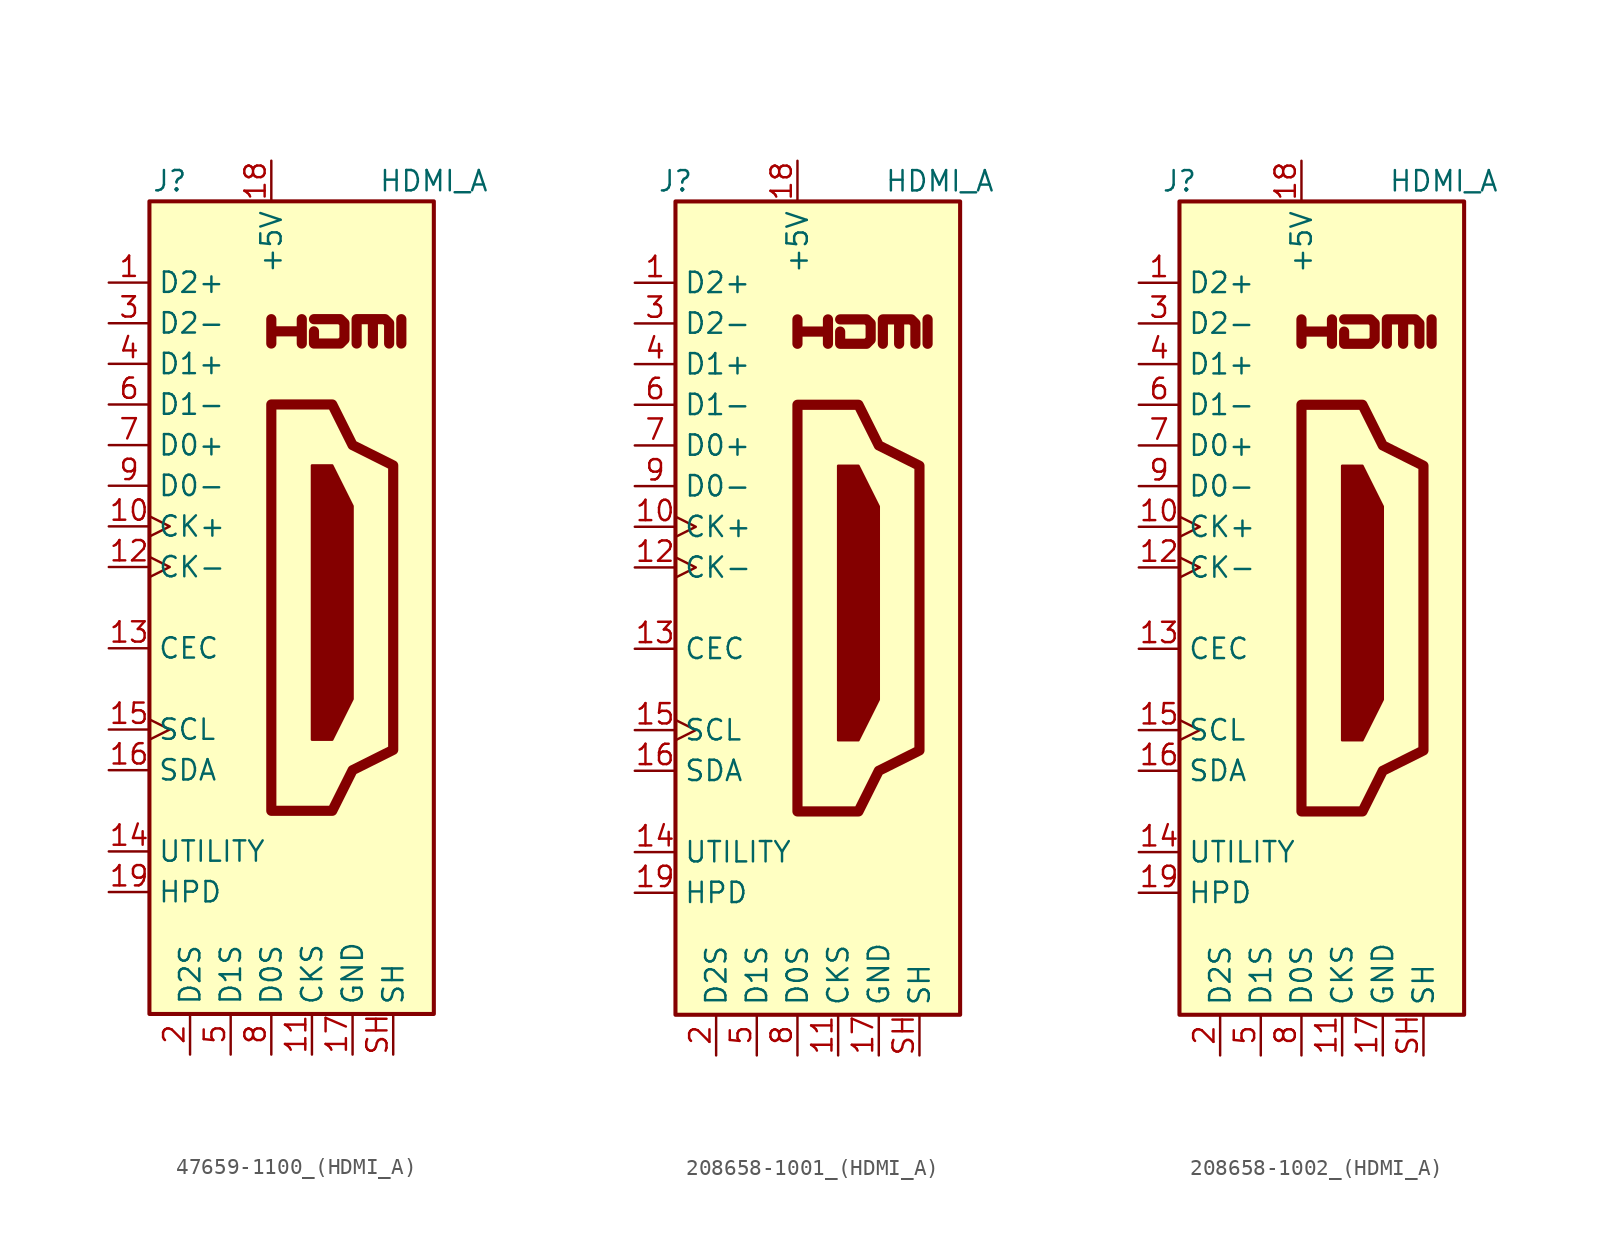
<source format=kicad_sym>
(kicad_symbol_lib
  (version 20241209)
  (generator "kicad_symbol_editor")
  (generator_version "9.0")
  (symbol "47659-1100_(HDMI_A)"
    (property "Reference" "J"
      (at -6.35 26.67 0)
      (effects (font (size 1.27 1.27))))
    (property "Value" "HDMI_A"
      (at 10.16 26.67 0)
      (effects (font (size 1.27 1.27))))
    (symbol "47659-1100_(HDMI_A)_0_0"
      (polyline (pts (xy 0 16.51) (xy 0 18.034) (xy 0 17.272) (xy 1.905 17.272) (xy 1.905 18.034) (xy 1.905 16.51)) (stroke (width 0.635) (type default)) (fill (type none)))
      (polyline (pts (xy 2.667 18.034) (xy 4.318 18.034) (xy 4.572 17.78) (xy 4.572 16.764) (xy 4.318 16.51) (xy 2.667 16.51) (xy 2.667 17.272)) (stroke (width 0.635) (type default)) (fill (type none)))
      (polyline (pts (xy 8.128 16.51) (xy 8.128 18.034)) (stroke (width 0.635) (type default)) (fill (type none))))
    (symbol "47659-1100_(HDMI_A)_0_1"
      (rectangle (start -7.62 25.4) (end 10.16 -25.4) (stroke (width 0.254) (type default)) (fill (type background)))
      (polyline (pts (xy 0 12.7) (xy 0 -12.7) (xy 3.81 -12.7) (xy 5.08 -10.16) (xy 7.62 -8.89) (xy 7.62 8.89) (xy 5.08 10.16) (xy 3.81 12.7) (xy 0 12.7)) (stroke (width 0.635) (type default)) (fill (type none)))
      (polyline (pts (xy 2.54 8.89) (xy 3.81 8.89) (xy 5.08 6.35) (xy 5.08 -5.715) (xy 3.81 -8.255) (xy 2.54 -8.255) (xy 2.54 8.89)) (stroke (width 0) (type default)) (fill (type outline)))
      (polyline (pts (xy 5.334 16.51) (xy 5.334 18.034) (xy 6.35 18.034) (xy 6.35 16.51) (xy 6.35 18.034) (xy 7.112 18.034) (xy 7.366 17.78) (xy 7.366 16.51)) (stroke (width 0.635) (type default)) (fill (type none))))
    (symbol "47659-1100_(HDMI_A)_1_1"
      (pin output line (at -10.16 20.32 0) (length 2.54) (name "D2+" (effects (font (size 1.27 1.27)))) (number "1" (effects (font (size 1.27 1.27)))))
      (pin output line (at -10.16 17.78 0) (length 2.54) (name "D2-" (effects (font (size 1.27 1.27)))) (number "3" (effects (font (size 1.27 1.27)))))
      (pin output line (at -10.16 15.24 0) (length 2.54) (name "D1+" (effects (font (size 1.27 1.27)))) (number "4" (effects (font (size 1.27 1.27)))))
      (pin output line (at -10.16 12.7 0) (length 2.54) (name "D1-" (effects (font (size 1.27 1.27)))) (number "6" (effects (font (size 1.27 1.27)))))
      (pin output line (at -10.16 10.16 0) (length 2.54) (name "D0+" (effects (font (size 1.27 1.27)))) (number "7" (effects (font (size 1.27 1.27)))))
      (pin output line (at -10.16 7.62 0) (length 2.54) (name "D0-" (effects (font (size 1.27 1.27)))) (number "9" (effects (font (size 1.27 1.27)))))
      (pin output clock (at -10.16 5.08 0) (length 2.54) (name "CK+" (effects (font (size 1.27 1.27)))) (number "10" (effects (font (size 1.27 1.27)))))
      (pin output clock (at -10.16 2.54 0) (length 2.54) (name "CK-" (effects (font (size 1.27 1.27)))) (number "12" (effects (font (size 1.27 1.27)))))
      (pin bidirectional line (at -10.16 -2.54 0) (length 2.54) (name "CEC" (effects (font (size 1.27 1.27)))) (number "13" (effects (font (size 1.27 1.27)))))
      (pin output clock (at -10.16 -7.62 0) (length 2.54) (name "SCL" (effects (font (size 1.27 1.27)))) (number "15" (effects (font (size 1.27 1.27)))))
      (pin bidirectional line (at -10.16 -10.16 0) (length 2.54) (name "SDA" (effects (font (size 1.27 1.27)))) (number "16" (effects (font (size 1.27 1.27)))))
      (pin bidirectional line (at -10.16 -15.24 0) (length 2.54) (name "UTILITY" (effects (font (size 1.27 1.27)))) (number "14" (effects (font (size 1.27 1.27)))))
      (pin input line (at -10.16 -17.78 0) (length 2.54) (name "HPD" (effects (font (size 1.27 1.27)))) (number "19" (effects (font (size 1.27 1.27)))))
      (pin power_in line (at -5.08 -27.94 90) (length 2.54) (name "D2S" (effects (font (size 1.27 1.27)))) (number "2" (effects (font (size 1.27 1.27)))))
      (pin power_in line (at -2.54 -27.94 90) (length 2.54) (name "D1S" (effects (font (size 1.27 1.27)))) (number "5" (effects (font (size 1.27 1.27)))))
      (pin power_out line (at 0 27.94 270) (length 2.54) (name "+5V" (effects (font (size 1.27 1.27)))) (number "18" (effects (font (size 1.27 1.27)))))
      (pin power_in line (at 0 -27.94 90) (length 2.54) (name "D0S" (effects (font (size 1.27 1.27)))) (number "8" (effects (font (size 1.27 1.27)))))
      (pin power_in line (at 2.54 -27.94 90) (length 2.54) (name "CKS" (effects (font (size 1.27 1.27)))) (number "11" (effects (font (size 1.27 1.27)))))
      (pin power_in line (at 5.08 -27.94 90) (length 2.54) (name "GND" (effects (font (size 1.27 1.27)))) (number "17" (effects (font (size 1.27 1.27)))))
      (pin passive line (at 7.62 -27.94 90) (length 2.54) (name "SH" (effects (font (size 1.27 1.27)))) (number "SH" (effects (font (size 1.27 1.27)))))))
  (symbol "208658-1001_(HDMI_A)"
    (property "Reference" "J"
      (at -6.35 26.67 0)
      (effects (font (size 1.27 1.27))))
    (property "Value" "HDMI_A"
      (at 10.16 26.67 0)
      (effects (font (size 1.27 1.27))))
    (symbol "208658-1001_(HDMI_A)_0_0"
      (polyline (pts (xy 1.27 16.51) (xy 1.27 18.034) (xy 1.27 17.272) (xy 3.175 17.272) (xy 3.175 18.034) (xy 3.175 16.51)) (stroke (width 0.635) (type default)) (fill (type none)))
      (polyline (pts (xy 3.937 18.034) (xy 5.588 18.034) (xy 5.842 17.78) (xy 5.842 16.764) (xy 5.588 16.51) (xy 3.937 16.51) (xy 3.937 17.272)) (stroke (width 0.635) (type default)) (fill (type none)))
      (polyline (pts (xy 9.398 16.51) (xy 9.398 18.034)) (stroke (width 0.635) (type default)) (fill (type none))))
    (symbol "208658-1001_(HDMI_A)_0_1"
      (rectangle (start -6.35 25.4) (end 11.43 -25.4) (stroke (width 0.254) (type default)) (fill (type background)))
      (polyline (pts (xy 1.27 12.7) (xy 1.27 -12.7) (xy 5.08 -12.7) (xy 6.35 -10.16) (xy 8.89 -8.89) (xy 8.89 8.89) (xy 6.35 10.16) (xy 5.08 12.7) (xy 1.27 12.7)) (stroke (width 0.635) (type default)) (fill (type none)))
      (polyline (pts (xy 3.81 8.89) (xy 5.08 8.89) (xy 6.35 6.35) (xy 6.35 -5.715) (xy 5.08 -8.255) (xy 3.81 -8.255) (xy 3.81 8.89)) (stroke (width 0) (type default)) (fill (type outline)))
      (polyline (pts (xy 6.604 16.51) (xy 6.604 18.034) (xy 7.62 18.034) (xy 7.62 16.51) (xy 7.62 18.034) (xy 8.382 18.034) (xy 8.636 17.78) (xy 8.636 16.51)) (stroke (width 0.635) (type default)) (fill (type none))))
    (symbol "208658-1001_(HDMI_A)_1_1"
      (pin output line (at -8.89 20.32 0) (length 2.54) (name "D2+" (effects (font (size 1.27 1.27)))) (number "1" (effects (font (size 1.27 1.27)))))
      (pin output line (at -8.89 17.78 0) (length 2.54) (name "D2-" (effects (font (size 1.27 1.27)))) (number "3" (effects (font (size 1.27 1.27)))))
      (pin output line (at -8.89 15.24 0) (length 2.54) (name "D1+" (effects (font (size 1.27 1.27)))) (number "4" (effects (font (size 1.27 1.27)))))
      (pin output line (at -8.89 12.7 0) (length 2.54) (name "D1-" (effects (font (size 1.27 1.27)))) (number "6" (effects (font (size 1.27 1.27)))))
      (pin output line (at -8.89 10.16 0) (length 2.54) (name "D0+" (effects (font (size 1.27 1.27)))) (number "7" (effects (font (size 1.27 1.27)))))
      (pin output line (at -8.89 7.62 0) (length 2.54) (name "D0-" (effects (font (size 1.27 1.27)))) (number "9" (effects (font (size 1.27 1.27)))))
      (pin output clock (at -8.89 5.08 0) (length 2.54) (name "CK+" (effects (font (size 1.27 1.27)))) (number "10" (effects (font (size 1.27 1.27)))))
      (pin output clock (at -8.89 2.54 0) (length 2.54) (name "CK-" (effects (font (size 1.27 1.27)))) (number "12" (effects (font (size 1.27 1.27)))))
      (pin bidirectional line (at -8.89 -2.54 0) (length 2.54) (name "CEC" (effects (font (size 1.27 1.27)))) (number "13" (effects (font (size 1.27 1.27)))))
      (pin output clock (at -8.89 -7.62 0) (length 2.54) (name "SCL" (effects (font (size 1.27 1.27)))) (number "15" (effects (font (size 1.27 1.27)))))
      (pin bidirectional line (at -8.89 -10.16 0) (length 2.54) (name "SDA" (effects (font (size 1.27 1.27)))) (number "16" (effects (font (size 1.27 1.27)))))
      (pin bidirectional line (at -8.89 -15.24 0) (length 2.54) (name "UTILITY" (effects (font (size 1.27 1.27)))) (number "14" (effects (font (size 1.27 1.27)))))
      (pin input line (at -8.89 -17.78 0) (length 2.54) (name "HPD" (effects (font (size 1.27 1.27)))) (number "19" (effects (font (size 1.27 1.27)))))
      (pin power_in line (at -3.81 -27.94 90) (length 2.54) (name "D2S" (effects (font (size 1.27 1.27)))) (number "2" (effects (font (size 1.27 1.27)))))
      (pin power_in line (at -1.27 -27.94 90) (length 2.54) (name "D1S" (effects (font (size 1.27 1.27)))) (number "5" (effects (font (size 1.27 1.27)))))
      (pin power_out line (at 1.27 27.94 270) (length 2.54) (name "+5V" (effects (font (size 1.27 1.27)))) (number "18" (effects (font (size 1.27 1.27)))))
      (pin power_in line (at 1.27 -27.94 90) (length 2.54) (name "D0S" (effects (font (size 1.27 1.27)))) (number "8" (effects (font (size 1.27 1.27)))))
      (pin power_in line (at 3.81 -27.94 90) (length 2.54) (name "CKS" (effects (font (size 1.27 1.27)))) (number "11" (effects (font (size 1.27 1.27)))))
      (pin power_in line (at 6.35 -27.94 90) (length 2.54) (name "GND" (effects (font (size 1.27 1.27)))) (number "17" (effects (font (size 1.27 1.27)))))
      (pin passive line (at 8.89 -27.94 90) (length 2.54) (name "SH" (effects (font (size 1.27 1.27)))) (number "SH" (effects (font (size 1.27 1.27)))))))
  (symbol "208658-1002_(HDMI_A)"
    (property "Reference" "J"
      (at -6.35 26.67 0)
      (effects (font (size 1.27 1.27))))
    (property "Value" "HDMI_A"
      (at 10.16 26.67 0)
      (effects (font (size 1.27 1.27))))
    (symbol "208658-1002_(HDMI_A)_0_0"
      (polyline (pts (xy 1.27 16.51) (xy 1.27 18.034) (xy 1.27 17.272) (xy 3.175 17.272) (xy 3.175 18.034) (xy 3.175 16.51)) (stroke (width 0.635) (type default)) (fill (type none)))
      (polyline (pts (xy 3.937 18.034) (xy 5.588 18.034) (xy 5.842 17.78) (xy 5.842 16.764) (xy 5.588 16.51) (xy 3.937 16.51) (xy 3.937 17.272)) (stroke (width 0.635) (type default)) (fill (type none)))
      (polyline (pts (xy 9.398 16.51) (xy 9.398 18.034)) (stroke (width 0.635) (type default)) (fill (type none))))
    (symbol "208658-1002_(HDMI_A)_0_1"
      (rectangle (start -6.35 25.4) (end 11.43 -25.4) (stroke (width 0.254) (type default)) (fill (type background)))
      (polyline (pts (xy 1.27 12.7) (xy 1.27 -12.7) (xy 5.08 -12.7) (xy 6.35 -10.16) (xy 8.89 -8.89) (xy 8.89 8.89) (xy 6.35 10.16) (xy 5.08 12.7) (xy 1.27 12.7)) (stroke (width 0.635) (type default)) (fill (type none)))
      (polyline (pts (xy 3.81 8.89) (xy 5.08 8.89) (xy 6.35 6.35) (xy 6.35 -5.715) (xy 5.08 -8.255) (xy 3.81 -8.255) (xy 3.81 8.89)) (stroke (width 0) (type default)) (fill (type outline)))
      (polyline (pts (xy 6.604 16.51) (xy 6.604 18.034) (xy 7.62 18.034) (xy 7.62 16.51) (xy 7.62 18.034) (xy 8.382 18.034) (xy 8.636 17.78) (xy 8.636 16.51)) (stroke (width 0.635) (type default)) (fill (type none))))
    (symbol "208658-1002_(HDMI_A)_1_1"
      (pin output line (at -8.89 20.32 0) (length 2.54) (name "D2+" (effects (font (size 1.27 1.27)))) (number "1" (effects (font (size 1.27 1.27)))))
      (pin output line (at -8.89 17.78 0) (length 2.54) (name "D2-" (effects (font (size 1.27 1.27)))) (number "3" (effects (font (size 1.27 1.27)))))
      (pin output line (at -8.89 15.24 0) (length 2.54) (name "D1+" (effects (font (size 1.27 1.27)))) (number "4" (effects (font (size 1.27 1.27)))))
      (pin output line (at -8.89 12.7 0) (length 2.54) (name "D1-" (effects (font (size 1.27 1.27)))) (number "6" (effects (font (size 1.27 1.27)))))
      (pin output line (at -8.89 10.16 0) (length 2.54) (name "D0+" (effects (font (size 1.27 1.27)))) (number "7" (effects (font (size 1.27 1.27)))))
      (pin output line (at -8.89 7.62 0) (length 2.54) (name "D0-" (effects (font (size 1.27 1.27)))) (number "9" (effects (font (size 1.27 1.27)))))
      (pin output clock (at -8.89 5.08 0) (length 2.54) (name "CK+" (effects (font (size 1.27 1.27)))) (number "10" (effects (font (size 1.27 1.27)))))
      (pin output clock (at -8.89 2.54 0) (length 2.54) (name "CK-" (effects (font (size 1.27 1.27)))) (number "12" (effects (font (size 1.27 1.27)))))
      (pin bidirectional line (at -8.89 -2.54 0) (length 2.54) (name "CEC" (effects (font (size 1.27 1.27)))) (number "13" (effects (font (size 1.27 1.27)))))
      (pin output clock (at -8.89 -7.62 0) (length 2.54) (name "SCL" (effects (font (size 1.27 1.27)))) (number "15" (effects (font (size 1.27 1.27)))))
      (pin bidirectional line (at -8.89 -10.16 0) (length 2.54) (name "SDA" (effects (font (size 1.27 1.27)))) (number "16" (effects (font (size 1.27 1.27)))))
      (pin bidirectional line (at -8.89 -15.24 0) (length 2.54) (name "UTILITY" (effects (font (size 1.27 1.27)))) (number "14" (effects (font (size 1.27 1.27)))))
      (pin input line (at -8.89 -17.78 0) (length 2.54) (name "HPD" (effects (font (size 1.27 1.27)))) (number "19" (effects (font (size 1.27 1.27)))))
      (pin power_in line (at -3.81 -27.94 90) (length 2.54) (name "D2S" (effects (font (size 1.27 1.27)))) (number "2" (effects (font (size 1.27 1.27)))))
      (pin power_in line (at -1.27 -27.94 90) (length 2.54) (name "D1S" (effects (font (size 1.27 1.27)))) (number "5" (effects (font (size 1.27 1.27)))))
      (pin power_out line (at 1.27 27.94 270) (length 2.54) (name "+5V" (effects (font (size 1.27 1.27)))) (number "18" (effects (font (size 1.27 1.27)))))
      (pin power_in line (at 1.27 -27.94 90) (length 2.54) (name "D0S" (effects (font (size 1.27 1.27)))) (number "8" (effects (font (size 1.27 1.27)))))
      (pin power_in line (at 3.81 -27.94 90) (length 2.54) (name "CKS" (effects (font (size 1.27 1.27)))) (number "11" (effects (font (size 1.27 1.27)))))
      (pin power_in line (at 6.35 -27.94 90) (length 2.54) (name "GND" (effects (font (size 1.27 1.27)))) (number "17" (effects (font (size 1.27 1.27)))))
      (pin passive line (at 8.89 -27.94 90) (length 2.54) (name "SH" (effects (font (size 1.27 1.27)))) (number "SH" (effects (font (size 1.27 1.27))))))))
</source>
